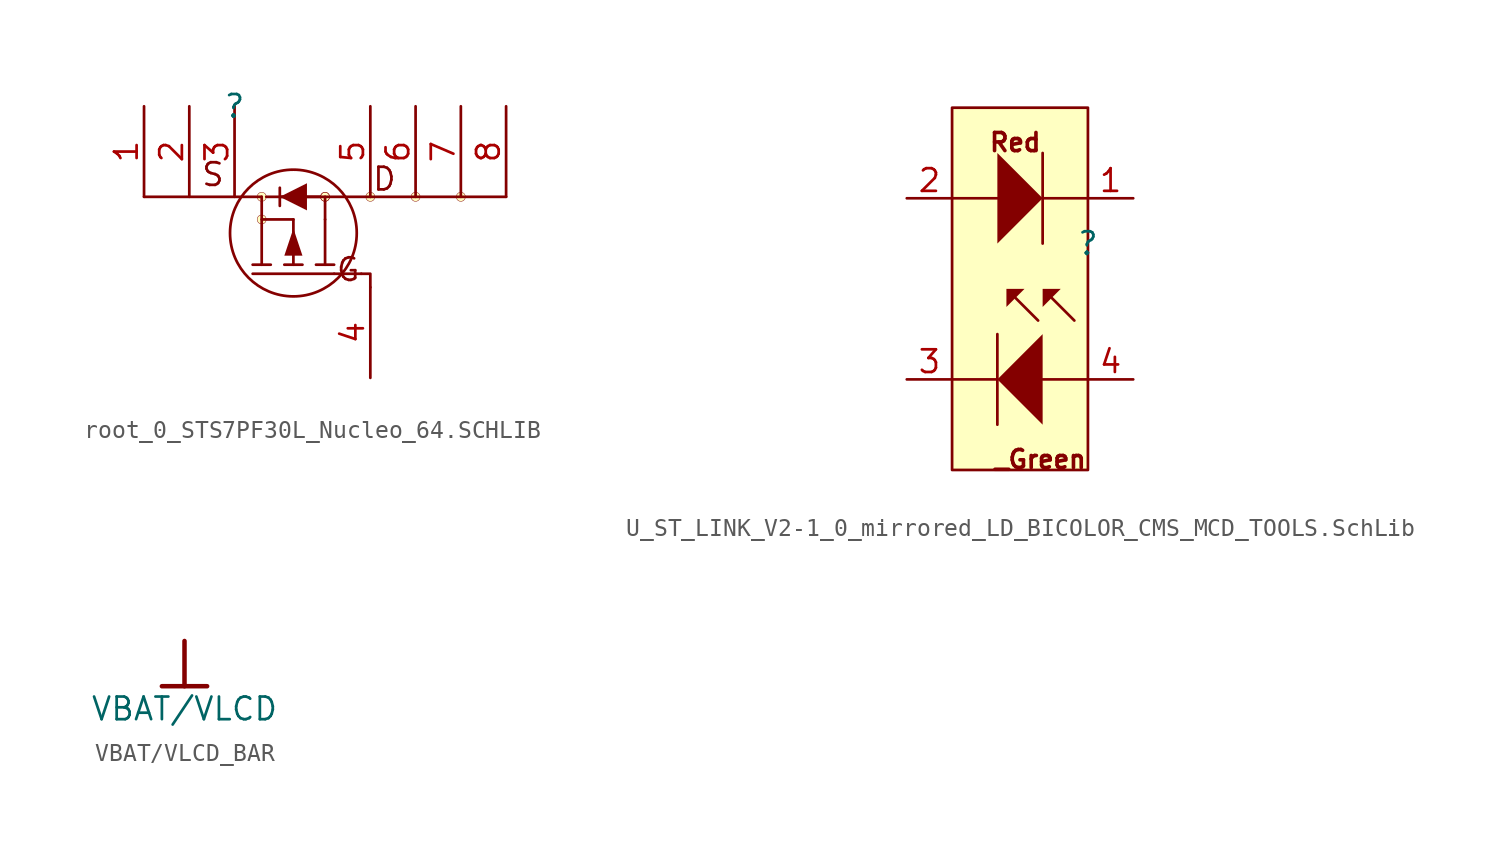
<source format=kicad_sym>
(kicad_symbol_lib
  (version 20241209)
  (generator "kicad_symbol_editor")
  (generator_version "9.0")
  (symbol "root_0_STS7PF30L_Nucleo_64.SCHLIB"
    (pin_names
      (hide yes))
    (property "Reference" ""
      (at 0 0 0)
      (effects (font (size 1.27 1.27))))
    (property "Value" ""
      (at 0 0 0)
      (effects (font (size 1.27 1.27))))
    (symbol "root_0_STS7PF30L_Nucleo_64.SCHLIB_1_0"
      (polyline (pts (xy 1.016 -8.89) (xy 2.032 -8.89)) (stroke (width 0) (type solid)) (fill (type none)))
      (polyline (pts (xy 1.016 -9.398) (xy 5.588 -9.398)) (stroke (width 0) (type solid)) (fill (type none)))
      (polyline (pts (xy 1.524 -5.08) (xy -5.08 -5.08)) (stroke (width 0) (type solid)) (fill (type none)))
      (circle (center 1.524 -5.08) (radius 0.254) (stroke (width 0.025) (type solid)) (fill (type background)))
      (circle (center 1.524 -6.35) (radius 0.254) (stroke (width 0.025) (type solid)) (fill (type background)))
      (polyline (pts (xy 1.524 -8.89) (xy 1.524 -5.08)) (stroke (width 0) (type solid)) (fill (type none)))
      (polyline (pts (xy 2.54 -5.08) (xy 4.064 -5.842) (xy 4.064 -4.318) (xy 2.54 -5.08)) (stroke (width -0.0001) (type solid)) (fill (type outline)))
      (polyline (pts (xy 2.54 -5.588) (xy 2.54 -4.572)) (stroke (width 0) (type solid)) (fill (type none)))
      (polyline (pts (xy 3.302 -6.35) (xy 1.524 -6.35)) (stroke (width 0) (type solid)) (fill (type none)))
      (polyline (pts (xy 3.302 -6.35) (xy 3.302 -8.89)) (stroke (width 0) (type solid)) (fill (type none)))
      (polyline (pts (xy 3.302 -6.858) (xy 2.794 -8.382) (xy 3.81 -8.382) (xy 3.302 -6.858)) (stroke (width -0.0001) (type solid)) (fill (type outline)))
      (circle (center 3.302 -7.112) (radius 3.556) (stroke (width 0) (type solid)) (fill (type none)))
      (polyline (pts (xy 3.81 -8.89) (xy 2.794 -8.89)) (stroke (width 0) (type solid)) (fill (type none)))
      (polyline (pts (xy 4.826 -5.08) (xy 1.778 -5.08)) (stroke (width 0) (type solid)) (fill (type none)))
      (polyline (pts (xy 5.08 -5.08) (xy 2.54 -5.08)) (stroke (width 0) (type solid)) (fill (type none)))
      (circle (center 5.08 -5.08) (radius 0.254) (stroke (width 0.025) (type solid)) (fill (type background)))
      (circle (center 5.08 -5.08) (radius 0.254) (stroke (width 0.025) (type solid)) (fill (type background)))
      (polyline (pts (xy 5.08 -6.35) (xy 5.08 -8.89)) (stroke (width 0) (type solid)) (fill (type none)))
      (polyline (pts (xy 5.08 -6.35) (xy 5.08 -5.08) (xy 15.24 -5.08)) (stroke (width 0) (type solid)) (fill (type none)))
      (polyline (pts (xy 5.588 -8.89) (xy 4.572 -8.89)) (stroke (width 0) (type solid)) (fill (type none)))
      (polyline (pts (xy 5.588 -9.398) (xy 7.112 -9.398)) (stroke (width 0) (type solid)) (fill (type none)))
      (polyline (pts (xy 7.112 -9.398) (xy 7.62 -9.398) (xy 7.62 -10.16)) (stroke (width 0) (type solid)) (fill (type none)))
      (polyline (pts (xy 7.62 -5.08) (xy 7.62 -5.08)) (stroke (width 0) (type solid)) (fill (type none)))
      (circle (center 7.62 -5.08) (radius 0.254) (stroke (width 0.025) (type solid)) (fill (type background)))
      (circle (center 10.16 -5.08) (radius 0.254) (stroke (width 0.025) (type solid)) (fill (type background)))
      (circle (center 12.7 -5.08) (radius 0.254) (stroke (width 0.025) (type solid)) (fill (type background)))
      (text "S" (at -0.508 -4.572 0) (effects (font (size 1.27 1.27)) (justify right bottom)))
      (text "G" (at 7.112 -9.906 0) (effects (font (size 1.27 1.27)) (justify right bottom)))
      (text "D" (at 9.144 -4.826 0) (effects (font (size 1.27 1.27)) (justify right bottom)))
      (pin passive line (at -5.08 0 270) (length 5.08) (name "S" (effects (font (size 1.27 1.27)))) (number "1" (effects (font (size 1.27 1.27)))))
      (pin passive line (at -2.54 0 270) (length 5.08) (name "S" (effects (font (size 1.27 1.27)))) (number "2" (effects (font (size 1.27 1.27)))))
      (pin passive line (at 0 0 270) (length 5.08) (name "S" (effects (font (size 1.27 1.27)))) (number "3" (effects (font (size 1.27 1.27)))))
      (pin passive line (at 7.62 0 270) (length 5.08) (name "D" (effects (font (size 1.27 1.27)))) (number "5" (effects (font (size 1.27 1.27)))))
      (pin passive line (at 7.62 -15.24 90) (length 5.08) (name "G" (effects (font (size 1.27 1.27)))) (number "4" (effects (font (size 1.27 1.27)))))
      (pin passive line (at 10.16 0 270) (length 5.08) (name "D" (effects (font (size 1.27 1.27)))) (number "6" (effects (font (size 1.27 1.27)))))
      (pin passive line (at 12.7 0 270) (length 5.08) (name "D" (effects (font (size 1.27 1.27)))) (number "7" (effects (font (size 1.27 1.27)))))
      (pin passive line (at 15.24 0 270) (length 5.08) (name "D" (effects (font (size 1.27 1.27)))) (number "8" (effects (font (size 1.27 1.27)))))))
  (symbol "U_ST_LINK_V2-1_0_mirrored_LD_BICOLOR_CMS_MCD_TOOLS.SchLib"
    (pin_names
      (hide yes))
    (property "Reference" ""
      (at 0 0 0)
      (effects (font (size 1.27 1.27))))
    (property "Value" ""
      (at 0 0 0)
      (effects (font (size 1.27 1.27))))
    (symbol "U_ST_LINK_V2-1_0_mirrored_LD_BICOLOR_CMS_MCD_TOOLS.SchLib_1_0"
      (polyline (pts (xy -5.08 5.08) (xy -5.08 0) (xy -2.54 2.54) (xy -5.08 5.08) (xy -5.08 5.08)) (stroke (width -0.0001) (type solid)) (fill (type outline)))
      (polyline (pts (xy -5.08 2.54) (xy -7.62 2.54)) (stroke (width 0) (type solid)) (fill (type none)))
      (polyline (pts (xy -5.08 -5.08) (xy -5.08 -10.16)) (stroke (width 0) (type solid)) (fill (type none)))
      (polyline (pts (xy -5.08 -7.62) (xy -7.62 -7.62)) (stroke (width 0) (type solid)) (fill (type none)))
      (polyline (pts (xy -4.572 -2.54) (xy -3.556 -2.54) (xy -4.572 -3.556) (xy -4.572 -2.54) (xy -4.572 -2.54)) (stroke (width -0.0001) (type solid)) (fill (type outline)))
      (polyline (pts (xy -4.064 -3.048) (xy -2.794 -4.318)) (stroke (width 0) (type solid)) (fill (type none)))
      (polyline (pts (xy -2.54 5.08) (xy -2.54 0)) (stroke (width 0) (type solid)) (fill (type none)))
      (polyline (pts (xy -2.54 -5.08) (xy -2.54 -10.16) (xy -5.08 -7.62) (xy -2.54 -5.08) (xy -2.54 -5.08)) (stroke (width -0.0001) (type solid)) (fill (type outline)))
      (polyline (pts (xy -2.032 -3.048) (xy -0.762 -4.318)) (stroke (width 0) (type solid)) (fill (type none)))
      (polyline (pts (xy -1.524 -2.54) (xy -2.54 -2.54) (xy -2.54 -3.556) (xy -1.524 -2.54) (xy -1.524 -2.54)) (stroke (width -0.0001) (type solid)) (fill (type outline)))
      (rectangle (start 0 7.62) (end -7.62 -12.7) (stroke (width 0) (type solid) (color 128 0 0 1)) (fill (type background)))
      (polyline (pts (xy 0 2.54) (xy -2.54 2.54)) (stroke (width 0) (type solid)) (fill (type none)))
      (polyline (pts (xy 0 -7.62) (xy -2.54 -7.62)) (stroke (width 0) (type solid)) (fill (type none)))
      (text "Red" (at -2.54 5.08 0) (effects (font (size 1.016 1.016) (thickness 0.203) (bold yes)) (justify right bottom)))
      (text "_Green" (at 0 -12.7 0) (effects (font (size 1.016 1.016) (thickness 0.203) (bold yes)) (justify right bottom)))
      (pin passive line (at -10.16 2.54 0) (length 2.54) (name "2" (effects (font (size 1.27 1.27)))) (number "2" (effects (font (size 1.27 1.27)))))
      (pin passive line (at -10.16 -7.62 0) (length 2.54) (name "3" (effects (font (size 1.27 1.27)))) (number "3" (effects (font (size 1.27 1.27)))))
      (pin passive line (at 2.54 2.54 180) (length 2.54) (name "1" (effects (font (size 1.27 1.27)))) (number "1" (effects (font (size 1.27 1.27)))))
      (pin passive line (at 2.54 -7.62 180) (length 2.54) (name "4" (effects (font (size 1.27 1.27)))) (number "4" (effects (font (size 1.27 1.27)))))))
  (symbol "VBAT/VLCD_BAR"
    (power)
    (property "Reference" "#PWR"
      (at 0 0 0)
      (effects (font (size 1.27 1.27)) (hide yes)))
    (property "Value" "VBAT/VLCD"
      (at 0 -3.81 0)
      (effects (font (size 1.27 1.27))))
    (symbol "VBAT/VLCD_BAR_0_0"
      (polyline (pts (xy -1.27 -2.54) (xy 1.27 -2.54)) (stroke (width 0.254) (type solid)) (fill (type none)))
      (polyline (pts (xy 0 0) (xy 0 -2.54)) (stroke (width 0.254) (type solid)) (fill (type none)))
      (pin power_in line (at 0 0 0) (length 0) (hide yes) (name "VBAT/VLCD" (effects (font (size 1.27 1.27)))) (number "" (effects (font (size 1.27 1.27))))))))
</source>
